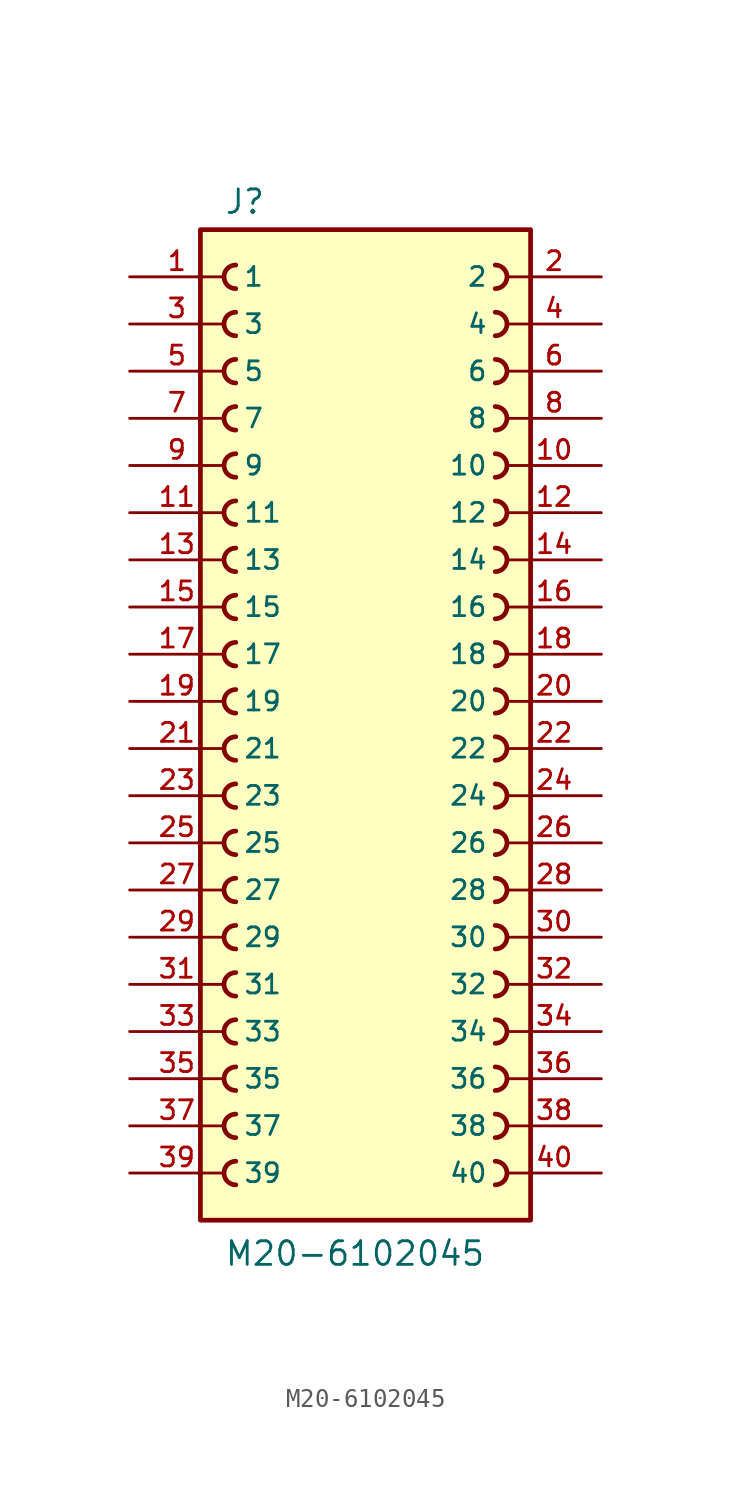
<source format=kicad_sym>
(kicad_symbol_lib
  (version 20211014)
  (generator kicad_symbol_editor)
  (symbol "M20-6102045"
    (pin_names
      (offset 1.016))
    (property "Reference" "J"
      (at -7.62 26.162 0)
      (effects (font (size 1.27 1.27)) (justify bottom left)))
    (property "Value" "M20-6102045"
      (at -7.62 -30.48 0)
      (effects (font (size 1.27 1.27)) (justify bottom left)))
    (symbol "M20-6102045_0_0"
      (arc (start 6.985 22.225) (mid 7.62 22.86) (end 6.985 23.495) (stroke (width 0.254) (type default) (color 0 0 0 0)) (fill (type none)))
      (arc (start 6.985 19.685) (mid 7.62 20.32) (end 6.985 20.955) (stroke (width 0.254) (type default) (color 0 0 0 0)) (fill (type none)))
      (arc (start 6.985 17.145) (mid 7.62 17.78) (end 6.985 18.415) (stroke (width 0.254) (type default) (color 0 0 0 0)) (fill (type none)))
      (arc (start 6.985 14.605) (mid 7.62 15.24) (end 6.985 15.875) (stroke (width 0.254) (type default) (color 0 0 0 0)) (fill (type none)))
      (arc (start 6.985 12.065) (mid 7.62 12.7) (end 6.985 13.335) (stroke (width 0.254) (type default) (color 0 0 0 0)) (fill (type none)))
      (arc (start 6.985 9.525) (mid 7.62 10.16) (end 6.985 10.795) (stroke (width 0.254) (type default) (color 0 0 0 0)) (fill (type none)))
      (arc (start 6.985 6.985) (mid 7.62 7.62) (end 6.985 8.255) (stroke (width 0.254) (type default) (color 0 0 0 0)) (fill (type none)))
      (arc (start 6.985 4.445) (mid 7.62 5.08) (end 6.985 5.715) (stroke (width 0.254) (type default) (color 0 0 0 0)) (fill (type none)))
      (arc (start 6.985 1.905) (mid 7.62 2.54) (end 6.985 3.175) (stroke (width 0.254) (type default) (color 0 0 0 0)) (fill (type none)))
      (arc (start 6.985 -0.635) (mid 7.62 0.0) (end 6.985 0.635) (stroke (width 0.254) (type default) (color 0 0 0 0)) (fill (type none)))
      (arc (start -6.985 0.635) (mid -7.62 -0.0) (end -6.985 -0.635) (stroke (width 0.254) (type default) (color 0 0 0 0)) (fill (type none)))
      (arc (start -6.985 3.175) (mid -7.62 2.54) (end -6.985 1.905) (stroke (width 0.254) (type default) (color 0 0 0 0)) (fill (type none)))
      (arc (start -6.985 5.715) (mid -7.62 5.08) (end -6.985 4.445) (stroke (width 0.254) (type default) (color 0 0 0 0)) (fill (type none)))
      (arc (start -6.985 8.255) (mid -7.62 7.62) (end -6.985 6.985) (stroke (width 0.254) (type default) (color 0 0 0 0)) (fill (type none)))
      (arc (start -6.985 10.795) (mid -7.62 10.16) (end -6.985 9.525) (stroke (width 0.254) (type default) (color 0 0 0 0)) (fill (type none)))
      (arc (start -6.985 13.335) (mid -7.62 12.7) (end -6.985 12.065) (stroke (width 0.254) (type default) (color 0 0 0 0)) (fill (type none)))
      (arc (start -6.985 15.875) (mid -7.62 15.24) (end -6.985 14.605) (stroke (width 0.254) (type default) (color 0 0 0 0)) (fill (type none)))
      (arc (start -6.985 18.415) (mid -7.62 17.78) (end -6.985 17.145) (stroke (width 0.254) (type default) (color 0 0 0 0)) (fill (type none)))
      (arc (start -6.985 20.955) (mid -7.62 20.32) (end -6.985 19.685) (stroke (width 0.254) (type default) (color 0 0 0 0)) (fill (type none)))
      (arc (start -6.985 23.495) (mid -7.62 22.86) (end -6.985 22.225) (stroke (width 0.254) (type default) (color 0 0 0 0)) (fill (type none)))
      (arc (start 6.985 -3.175) (mid 7.62 -2.54) (end 6.985 -1.905) (stroke (width 0.254) (type default) (color 0 0 0 0)) (fill (type none)))
      (arc (start 6.985 -5.715) (mid 7.62 -5.08) (end 6.985 -4.445) (stroke (width 0.254) (type default) (color 0 0 0 0)) (fill (type none)))
      (arc (start 6.985 -8.255) (mid 7.62 -7.62) (end 6.985 -6.985) (stroke (width 0.254) (type default) (color 0 0 0 0)) (fill (type none)))
      (arc (start 6.985 -10.795) (mid 7.62 -10.16) (end 6.985 -9.525) (stroke (width 0.254) (type default) (color 0 0 0 0)) (fill (type none)))
      (arc (start 6.985 -13.335) (mid 7.62 -12.7) (end 6.985 -12.065) (stroke (width 0.254) (type default) (color 0 0 0 0)) (fill (type none)))
      (arc (start 6.985 -15.875) (mid 7.62 -15.24) (end 6.985 -14.605) (stroke (width 0.254) (type default) (color 0 0 0 0)) (fill (type none)))
      (arc (start 6.985 -18.415) (mid 7.62 -17.78) (end 6.985 -17.145) (stroke (width 0.254) (type default) (color 0 0 0 0)) (fill (type none)))
      (arc (start 6.985 -20.955) (mid 7.62 -20.32) (end 6.985 -19.685) (stroke (width 0.254) (type default) (color 0 0 0 0)) (fill (type none)))
      (arc (start 6.985 -23.495) (mid 7.62 -22.86) (end 6.985 -22.225) (stroke (width 0.254) (type default) (color 0 0 0 0)) (fill (type none)))
      (arc (start 6.985 -26.035) (mid 7.62 -25.4) (end 6.985 -24.765) (stroke (width 0.254) (type default) (color 0 0 0 0)) (fill (type none)))
      (arc (start -6.985 -24.765) (mid -7.62 -25.4) (end -6.985 -26.035) (stroke (width 0.254) (type default) (color 0 0 0 0)) (fill (type none)))
      (arc (start -6.985 -22.225) (mid -7.62 -22.86) (end -6.985 -23.495) (stroke (width 0.254) (type default) (color 0 0 0 0)) (fill (type none)))
      (arc (start -6.985 -19.685) (mid -7.62 -20.32) (end -6.985 -20.955) (stroke (width 0.254) (type default) (color 0 0 0 0)) (fill (type none)))
      (arc (start -6.985 -17.145) (mid -7.62 -17.78) (end -6.985 -18.415) (stroke (width 0.254) (type default) (color 0 0 0 0)) (fill (type none)))
      (arc (start -6.985 -14.605) (mid -7.62 -15.24) (end -6.985 -15.875) (stroke (width 0.254) (type default) (color 0 0 0 0)) (fill (type none)))
      (arc (start -6.985 -12.065) (mid -7.62 -12.7) (end -6.985 -13.335) (stroke (width 0.254) (type default) (color 0 0 0 0)) (fill (type none)))
      (arc (start -6.985 -9.525) (mid -7.62 -10.16) (end -6.985 -10.795) (stroke (width 0.254) (type default) (color 0 0 0 0)) (fill (type none)))
      (arc (start -6.985 -6.985) (mid -7.62 -7.62) (end -6.985 -8.255) (stroke (width 0.254) (type default) (color 0 0 0 0)) (fill (type none)))
      (arc (start -6.985 -4.445) (mid -7.62 -5.08) (end -6.985 -5.715) (stroke (width 0.254) (type default) (color 0 0 0 0)) (fill (type none)))
      (arc (start -6.985 -1.905) (mid -7.62 -2.54) (end -6.985 -3.175) (stroke (width 0.254) (type default) (color 0 0 0 0)) (fill (type none)))
      (rectangle (start -8.89 -27.94) (end 8.89 25.4) (stroke (width 0.254)) (fill (type background)))
      (pin passive line (at -12.7 22.86 0) (length 5.08) (name "1" (effects (font (size 1.016 1.016)))) (number "1" (effects (font (size 1.016 1.016)))))
      (pin passive line (at 12.7 22.86 180.0) (length 5.08) (name "2" (effects (font (size 1.016 1.016)))) (number "2" (effects (font (size 1.016 1.016)))))
      (pin passive line (at -12.7 20.32 0) (length 5.08) (name "3" (effects (font (size 1.016 1.016)))) (number "3" (effects (font (size 1.016 1.016)))))
      (pin passive line (at 12.7 20.32 180.0) (length 5.08) (name "4" (effects (font (size 1.016 1.016)))) (number "4" (effects (font (size 1.016 1.016)))))
      (pin passive line (at -12.7 17.78 0) (length 5.08) (name "5" (effects (font (size 1.016 1.016)))) (number "5" (effects (font (size 1.016 1.016)))))
      (pin passive line (at 12.7 17.78 180.0) (length 5.08) (name "6" (effects (font (size 1.016 1.016)))) (number "6" (effects (font (size 1.016 1.016)))))
      (pin passive line (at -12.7 15.24 0) (length 5.08) (name "7" (effects (font (size 1.016 1.016)))) (number "7" (effects (font (size 1.016 1.016)))))
      (pin passive line (at 12.7 15.24 180.0) (length 5.08) (name "8" (effects (font (size 1.016 1.016)))) (number "8" (effects (font (size 1.016 1.016)))))
      (pin passive line (at -12.7 12.7 0) (length 5.08) (name "9" (effects (font (size 1.016 1.016)))) (number "9" (effects (font (size 1.016 1.016)))))
      (pin passive line (at 12.7 12.7 180.0) (length 5.08) (name "10" (effects (font (size 1.016 1.016)))) (number "10" (effects (font (size 1.016 1.016)))))
      (pin passive line (at -12.7 10.16 0) (length 5.08) (name "11" (effects (font (size 1.016 1.016)))) (number "11" (effects (font (size 1.016 1.016)))))
      (pin passive line (at 12.7 10.16 180.0) (length 5.08) (name "12" (effects (font (size 1.016 1.016)))) (number "12" (effects (font (size 1.016 1.016)))))
      (pin passive line (at -12.7 7.62 0) (length 5.08) (name "13" (effects (font (size 1.016 1.016)))) (number "13" (effects (font (size 1.016 1.016)))))
      (pin passive line (at 12.7 7.62 180.0) (length 5.08) (name "14" (effects (font (size 1.016 1.016)))) (number "14" (effects (font (size 1.016 1.016)))))
      (pin passive line (at -12.7 5.08 0) (length 5.08) (name "15" (effects (font (size 1.016 1.016)))) (number "15" (effects (font (size 1.016 1.016)))))
      (pin passive line (at 12.7 5.08 180.0) (length 5.08) (name "16" (effects (font (size 1.016 1.016)))) (number "16" (effects (font (size 1.016 1.016)))))
      (pin passive line (at -12.7 2.54 0) (length 5.08) (name "17" (effects (font (size 1.016 1.016)))) (number "17" (effects (font (size 1.016 1.016)))))
      (pin passive line (at 12.7 2.54 180.0) (length 5.08) (name "18" (effects (font (size 1.016 1.016)))) (number "18" (effects (font (size 1.016 1.016)))))
      (pin passive line (at -12.7 0.0 0) (length 5.08) (name "19" (effects (font (size 1.016 1.016)))) (number "19" (effects (font (size 1.016 1.016)))))
      (pin passive line (at 12.7 0.0 180.0) (length 5.08) (name "20" (effects (font (size 1.016 1.016)))) (number "20" (effects (font (size 1.016 1.016)))))
      (pin passive line (at -12.7 -2.54 0) (length 5.08) (name "21" (effects (font (size 1.016 1.016)))) (number "21" (effects (font (size 1.016 1.016)))))
      (pin passive line (at 12.7 -2.54 180.0) (length 5.08) (name "22" (effects (font (size 1.016 1.016)))) (number "22" (effects (font (size 1.016 1.016)))))
      (pin passive line (at -12.7 -5.08 0) (length 5.08) (name "23" (effects (font (size 1.016 1.016)))) (number "23" (effects (font (size 1.016 1.016)))))
      (pin passive line (at 12.7 -5.08 180.0) (length 5.08) (name "24" (effects (font (size 1.016 1.016)))) (number "24" (effects (font (size 1.016 1.016)))))
      (pin passive line (at -12.7 -7.62 0) (length 5.08) (name "25" (effects (font (size 1.016 1.016)))) (number "25" (effects (font (size 1.016 1.016)))))
      (pin passive line (at 12.7 -7.62 180.0) (length 5.08) (name "26" (effects (font (size 1.016 1.016)))) (number "26" (effects (font (size 1.016 1.016)))))
      (pin passive line (at -12.7 -10.16 0) (length 5.08) (name "27" (effects (font (size 1.016 1.016)))) (number "27" (effects (font (size 1.016 1.016)))))
      (pin passive line (at 12.7 -10.16 180.0) (length 5.08) (name "28" (effects (font (size 1.016 1.016)))) (number "28" (effects (font (size 1.016 1.016)))))
      (pin passive line (at -12.7 -12.7 0) (length 5.08) (name "29" (effects (font (size 1.016 1.016)))) (number "29" (effects (font (size 1.016 1.016)))))
      (pin passive line (at 12.7 -12.7 180.0) (length 5.08) (name "30" (effects (font (size 1.016 1.016)))) (number "30" (effects (font (size 1.016 1.016)))))
      (pin passive line (at -12.7 -15.24 0) (length 5.08) (name "31" (effects (font (size 1.016 1.016)))) (number "31" (effects (font (size 1.016 1.016)))))
      (pin passive line (at 12.7 -15.24 180.0) (length 5.08) (name "32" (effects (font (size 1.016 1.016)))) (number "32" (effects (font (size 1.016 1.016)))))
      (pin passive line (at -12.7 -17.78 0) (length 5.08) (name "33" (effects (font (size 1.016 1.016)))) (number "33" (effects (font (size 1.016 1.016)))))
      (pin passive line (at 12.7 -17.78 180.0) (length 5.08) (name "34" (effects (font (size 1.016 1.016)))) (number "34" (effects (font (size 1.016 1.016)))))
      (pin passive line (at -12.7 -20.32 0) (length 5.08) (name "35" (effects (font (size 1.016 1.016)))) (number "35" (effects (font (size 1.016 1.016)))))
      (pin passive line (at 12.7 -20.32 180.0) (length 5.08) (name "36" (effects (font (size 1.016 1.016)))) (number "36" (effects (font (size 1.016 1.016)))))
      (pin passive line (at -12.7 -22.86 0) (length 5.08) (name "37" (effects (font (size 1.016 1.016)))) (number "37" (effects (font (size 1.016 1.016)))))
      (pin passive line (at 12.7 -22.86 180.0) (length 5.08) (name "38" (effects (font (size 1.016 1.016)))) (number "38" (effects (font (size 1.016 1.016)))))
      (pin passive line (at -12.7 -25.4 0) (length 5.08) (name "39" (effects (font (size 1.016 1.016)))) (number "39" (effects (font (size 1.016 1.016)))))
      (pin passive line (at 12.7 -25.4 180.0) (length 5.08) (name "40" (effects (font (size 1.016 1.016)))) (number "40" (effects (font (size 1.016 1.016))))))))
</source>
